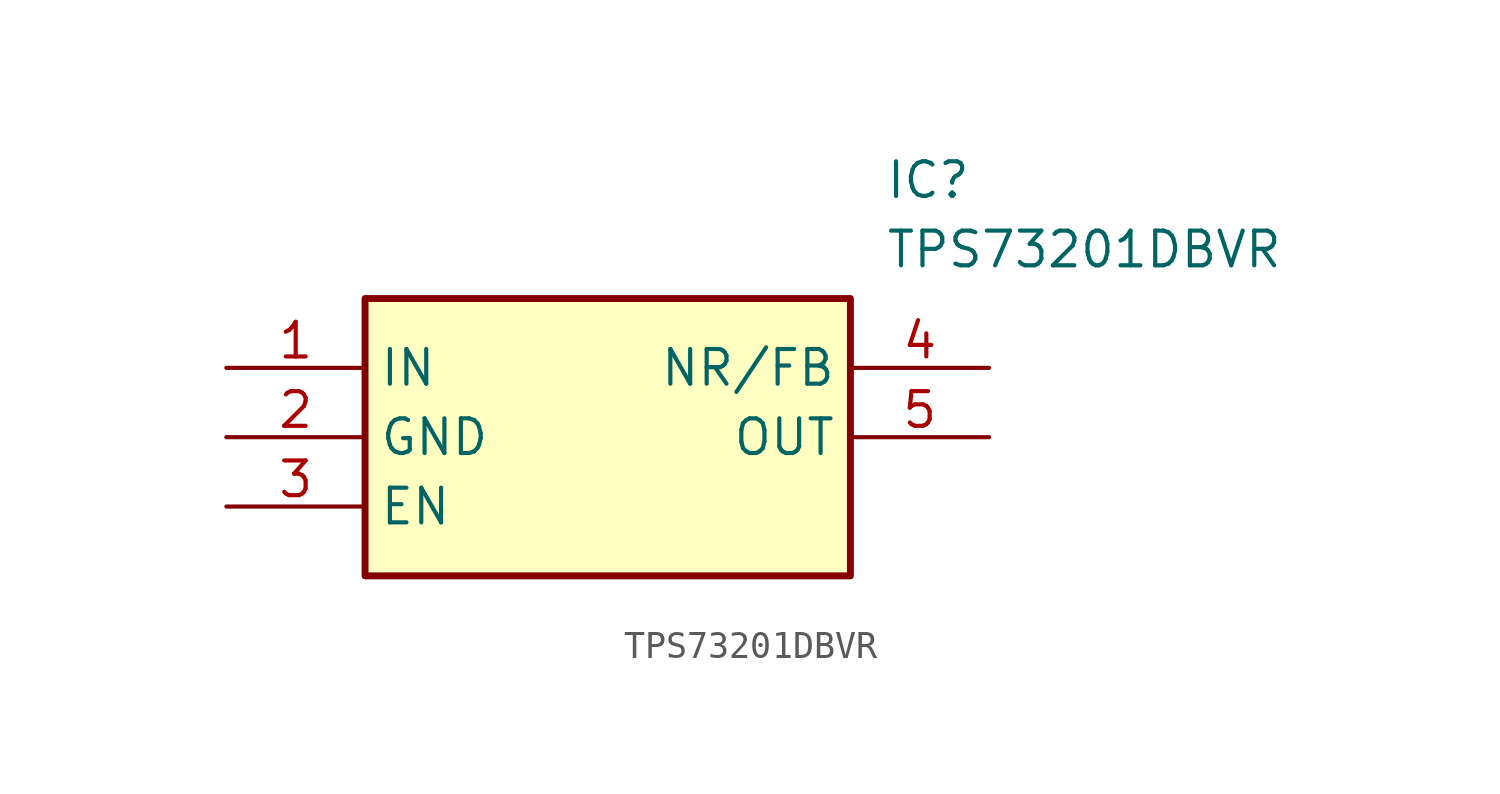
<source format=kicad_sym>
(kicad_symbol_lib
  (version 20220914)
  (generator kicad_symbol_editor)
  (symbol "TPS73201DBVR"
    (property "Reference" "IC"
      (at 24.13 7.62 0)
      (effects (font (size 1.27 1.27)) (justify left top)))
    (property "Value" "TPS73201DBVR"
      (at 24.13 5.08 0)
      (effects (font (size 1.27 1.27)) (justify left top)))
    (symbol "TPS73201DBVR_1_1"
      (rectangle (start 5.08 2.54) (end 22.86 -7.62) (stroke (width 0.254) (type default)) (fill (type background)))
      (pin passive line (at 0 0 0) (length 5.08) (name "IN" (effects (font (size 1.27 1.27)))) (number "1" (effects (font (size 1.27 1.27)))))
      (pin passive line (at 0 -2.54 0) (length 5.08) (name "GND" (effects (font (size 1.27 1.27)))) (number "2" (effects (font (size 1.27 1.27)))))
      (pin passive line (at 0 -5.08 0) (length 5.08) (name "EN" (effects (font (size 1.27 1.27)))) (number "3" (effects (font (size 1.27 1.27)))))
      (pin passive line (at 27.94 0 180) (length 5.08) (name "NR/FB" (effects (font (size 1.27 1.27)))) (number "4" (effects (font (size 1.27 1.27)))))
      (pin passive line (at 27.94 -2.54 180) (length 5.08) (name "OUT" (effects (font (size 1.27 1.27)))) (number "5" (effects (font (size 1.27 1.27))))))))
</source>
